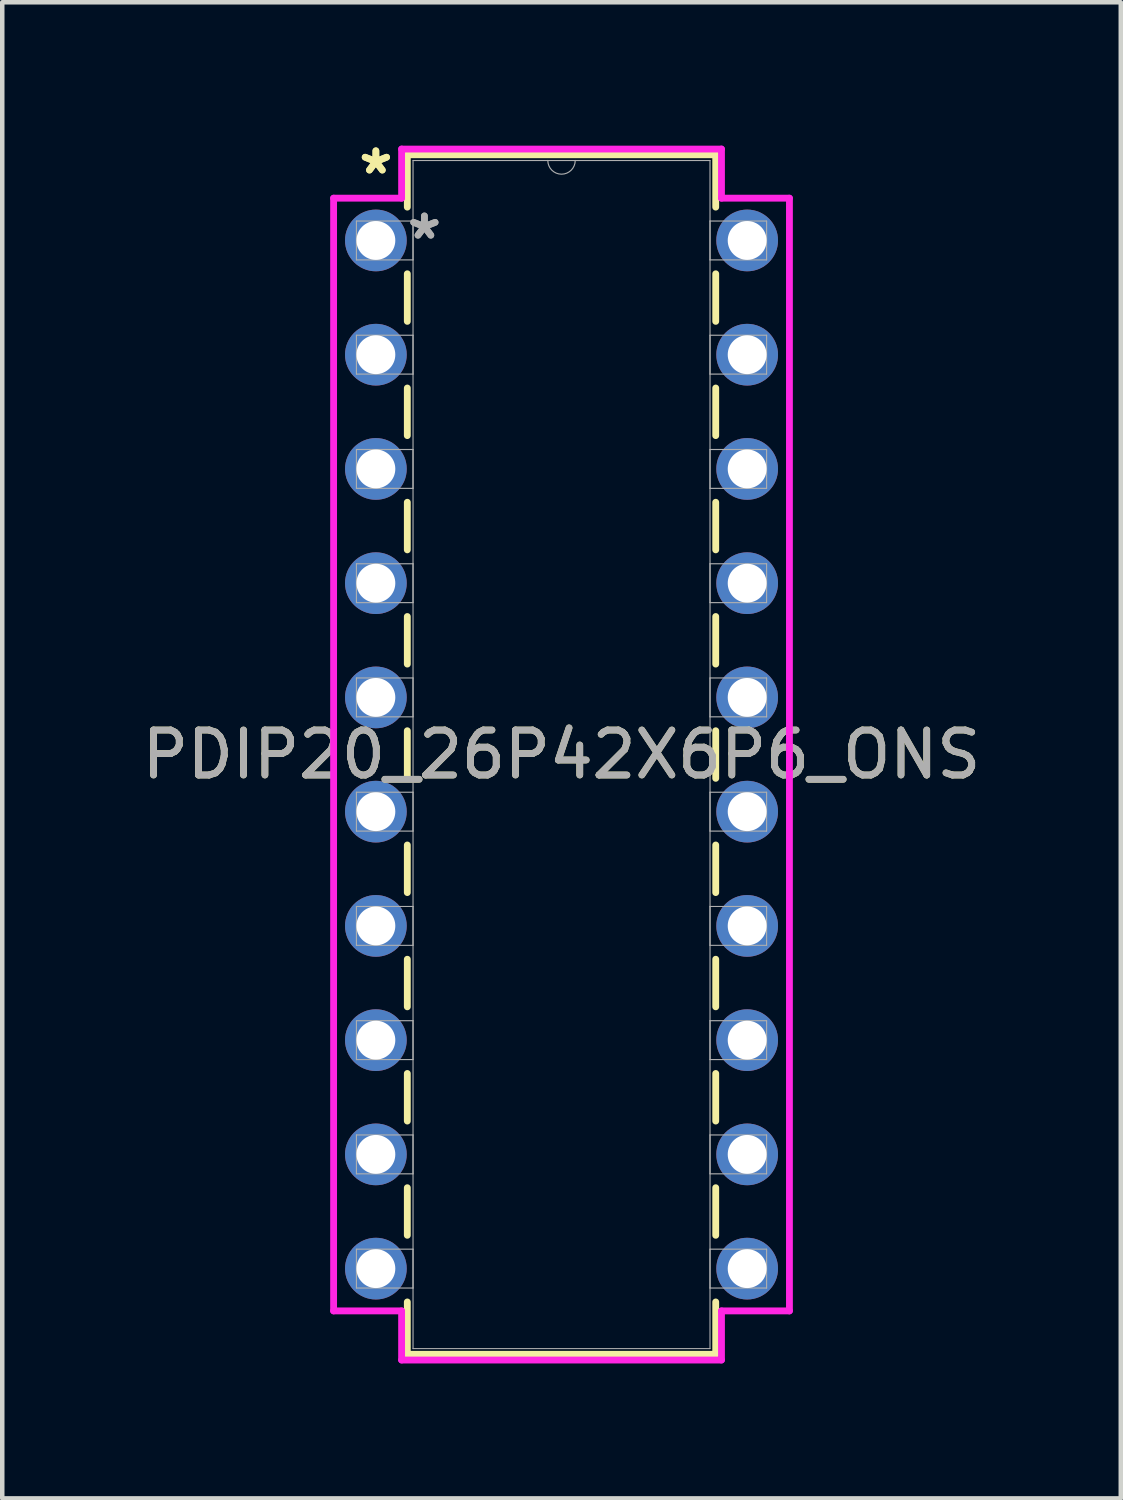
<source format=kicad_pcb>
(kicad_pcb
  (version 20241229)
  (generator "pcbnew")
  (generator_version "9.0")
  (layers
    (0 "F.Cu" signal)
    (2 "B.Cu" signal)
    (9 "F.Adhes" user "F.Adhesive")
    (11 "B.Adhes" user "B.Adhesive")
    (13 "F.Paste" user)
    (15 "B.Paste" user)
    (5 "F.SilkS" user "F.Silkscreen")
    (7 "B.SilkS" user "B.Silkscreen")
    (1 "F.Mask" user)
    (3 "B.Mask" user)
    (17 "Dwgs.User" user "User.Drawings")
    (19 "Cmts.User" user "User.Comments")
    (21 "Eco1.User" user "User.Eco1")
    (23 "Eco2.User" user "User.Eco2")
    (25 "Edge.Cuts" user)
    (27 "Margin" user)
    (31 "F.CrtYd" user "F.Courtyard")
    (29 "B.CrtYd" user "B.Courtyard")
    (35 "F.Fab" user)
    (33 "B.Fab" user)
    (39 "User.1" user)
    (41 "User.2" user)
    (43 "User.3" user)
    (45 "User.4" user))
  (footprint "PDIP20_26P42X6P6_ONS"
    (layer "F.Cu")
    (at 5.307 2.296)
    (property "Reference" "PDIP20_26P42X6P6_ONS" (at 4.128 11.43 0) (unlocked yes) (layer "F.SilkS") (effects (font (size 1 1) (thickness 0.15))))
    (attr through_hole)
    (fp_line (start 0.699 -1.905) (end 0.699 -0.741) (stroke (width 0.152) (type solid)) (layer "F.SilkS"))
    (fp_line (start 0.699 0.741) (end 0.699 1.799) (stroke (width 0.152) (type solid)) (layer "F.SilkS"))
    (fp_line (start 0.699 3.281) (end 0.699 4.339) (stroke (width 0.152) (type solid)) (layer "F.SilkS"))
    (fp_line (start 0.699 5.821) (end 0.699 6.879) (stroke (width 0.152) (type solid)) (layer "F.SilkS"))
    (fp_line (start 0.699 8.361) (end 0.699 9.419) (stroke (width 0.152) (type solid)) (layer "F.SilkS"))
    (fp_line (start 0.699 10.901) (end 0.699 11.959) (stroke (width 0.152) (type solid)) (layer "F.SilkS"))
    (fp_line (start 0.699 13.441) (end 0.699 14.499) (stroke (width 0.152) (type solid)) (layer "F.SilkS"))
    (fp_line (start 0.699 15.981) (end 0.699 17.039) (stroke (width 0.152) (type solid)) (layer "F.SilkS"))
    (fp_line (start 0.699 18.521) (end 0.699 19.579) (stroke (width 0.152) (type solid)) (layer "F.SilkS"))
    (fp_line (start 0.699 21.061) (end 0.699 22.119) (stroke (width 0.152) (type solid)) (layer "F.SilkS"))
    (fp_line (start 0.699 23.601) (end 0.699 24.765) (stroke (width 0.152) (type solid)) (layer "F.SilkS"))
    (fp_line (start 0.699 24.765) (end 7.556 24.765) (stroke (width 0.152) (type solid)) (layer "F.SilkS"))
    (fp_line (start 7.556 -1.905) (end 0.699 -1.905) (stroke (width 0.152) (type solid)) (layer "F.SilkS"))
    (fp_line (start 7.556 -0.741) (end 7.556 -1.905) (stroke (width 0.152) (type solid)) (layer "F.SilkS"))
    (fp_line (start 7.556 1.799) (end 7.556 0.741) (stroke (width 0.152) (type solid)) (layer "F.SilkS"))
    (fp_line (start 7.556 4.339) (end 7.556 3.281) (stroke (width 0.152) (type solid)) (layer "F.SilkS"))
    (fp_line (start 7.556 6.879) (end 7.556 5.821) (stroke (width 0.152) (type solid)) (layer "F.SilkS"))
    (fp_line (start 7.556 9.419) (end 7.556 8.361) (stroke (width 0.152) (type solid)) (layer "F.SilkS"))
    (fp_line (start 7.556 11.959) (end 7.556 10.901) (stroke (width 0.152) (type solid)) (layer "F.SilkS"))
    (fp_line (start 7.556 14.499) (end 7.556 13.441) (stroke (width 0.152) (type solid)) (layer "F.SilkS"))
    (fp_line (start 7.556 17.039) (end 7.556 15.981) (stroke (width 0.152) (type solid)) (layer "F.SilkS"))
    (fp_line (start 7.556 19.579) (end 7.556 18.521) (stroke (width 0.152) (type solid)) (layer "F.SilkS"))
    (fp_line (start 7.556 22.119) (end 7.556 21.061) (stroke (width 0.152) (type solid)) (layer "F.SilkS"))
    (fp_line (start 7.556 24.765) (end 7.556 23.601) (stroke (width 0.152) (type solid)) (layer "F.SilkS"))
    (fp_line (start -0.94 -0.94) (end 0.572 -0.94) (stroke (width 0.152) (type solid)) (layer "F.CrtYd"))
    (fp_line (start -0.94 23.8) (end -0.94 -0.94) (stroke (width 0.152) (type solid)) (layer "F.CrtYd"))
    (fp_line (start 0.572 -2.032) (end 7.684 -2.032) (stroke (width 0.152) (type solid)) (layer "F.CrtYd"))
    (fp_line (start 0.572 -0.94) (end 0.572 -2.032) (stroke (width 0.152) (type solid)) (layer "F.CrtYd"))
    (fp_line (start 0.572 23.8) (end -0.94 23.8) (stroke (width 0.152) (type solid)) (layer "F.CrtYd"))
    (fp_line (start 0.572 24.892) (end 0.572 23.8) (stroke (width 0.152) (type solid)) (layer "F.CrtYd"))
    (fp_line (start 7.684 -2.032) (end 7.684 -0.94) (stroke (width 0.152) (type solid)) (layer "F.CrtYd"))
    (fp_line (start 7.684 23.8) (end 7.684 24.892) (stroke (width 0.152) (type solid)) (layer "F.CrtYd"))
    (fp_line (start 7.684 24.892) (end 0.572 24.892) (stroke (width 0.152) (type solid)) (layer "F.CrtYd"))
    (fp_line (start 9.195 -0.94) (end 7.684 -0.94) (stroke (width 0.152) (type solid)) (layer "F.CrtYd"))
    (fp_line (start 9.195 -0.94) (end 9.195 23.8) (stroke (width 0.152) (type solid)) (layer "F.CrtYd"))
    (fp_line (start 9.195 23.8) (end 7.684 23.8) (stroke (width 0.152) (type solid)) (layer "F.CrtYd"))
    (fp_line (start -0.432 -0.432) (end -0.432 0.432) (stroke (width 0.025) (type solid)) (layer "F.Fab"))
    (fp_line (start -0.432 0.432) (end 0.826 0.432) (stroke (width 0.025) (type solid)) (layer "F.Fab"))
    (fp_line (start -0.432 2.108) (end -0.432 2.972) (stroke (width 0.025) (type solid)) (layer "F.Fab"))
    (fp_line (start -0.432 2.972) (end 0.826 2.972) (stroke (width 0.025) (type solid)) (layer "F.Fab"))
    (fp_line (start -0.432 4.648) (end -0.432 5.512) (stroke (width 0.025) (type solid)) (layer "F.Fab"))
    (fp_line (start -0.432 5.512) (end 0.826 5.512) (stroke (width 0.025) (type solid)) (layer "F.Fab"))
    (fp_line (start -0.432 7.188) (end -0.432 8.052) (stroke (width 0.025) (type solid)) (layer "F.Fab"))
    (fp_line (start -0.432 8.052) (end 0.826 8.052) (stroke (width 0.025) (type solid)) (layer "F.Fab"))
    (fp_line (start -0.432 9.728) (end -0.432 10.592) (stroke (width 0.025) (type solid)) (layer "F.Fab"))
    (fp_line (start -0.432 10.592) (end 0.826 10.592) (stroke (width 0.025) (type solid)) (layer "F.Fab"))
    (fp_line (start -0.432 12.268) (end -0.432 13.132) (stroke (width 0.025) (type solid)) (layer "F.Fab"))
    (fp_line (start -0.432 13.132) (end 0.826 13.132) (stroke (width 0.025) (type solid)) (layer "F.Fab"))
    (fp_line (start -0.432 14.808) (end -0.432 15.672) (stroke (width 0.025) (type solid)) (layer "F.Fab"))
    (fp_line (start -0.432 15.672) (end 0.826 15.672) (stroke (width 0.025) (type solid)) (layer "F.Fab"))
    (fp_line (start -0.432 17.348) (end -0.432 18.212) (stroke (width 0.025) (type solid)) (layer "F.Fab"))
    (fp_line (start -0.432 18.212) (end 0.826 18.212) (stroke (width 0.025) (type solid)) (layer "F.Fab"))
    (fp_line (start -0.432 19.888) (end -0.432 20.752) (stroke (width 0.025) (type solid)) (layer "F.Fab"))
    (fp_line (start -0.432 20.752) (end 0.826 20.752) (stroke (width 0.025) (type solid)) (layer "F.Fab"))
    (fp_line (start -0.432 22.428) (end -0.432 23.292) (stroke (width 0.025) (type solid)) (layer "F.Fab"))
    (fp_line (start -0.432 23.292) (end 0.826 23.292) (stroke (width 0.025) (type solid)) (layer "F.Fab"))
    (fp_line (start 0.826 -1.778) (end 0.826 24.638) (stroke (width 0.025) (type solid)) (layer "F.Fab"))
    (fp_line (start 0.826 -0.432) (end -0.432 -0.432) (stroke (width 0.025) (type solid)) (layer "F.Fab"))
    (fp_line (start 0.826 0.432) (end 0.826 -0.432) (stroke (width 0.025) (type solid)) (layer "F.Fab"))
    (fp_line (start 0.826 2.108) (end -0.432 2.108) (stroke (width 0.025) (type solid)) (layer "F.Fab"))
    (fp_line (start 0.826 2.972) (end 0.826 2.108) (stroke (width 0.025) (type solid)) (layer "F.Fab"))
    (fp_line (start 0.826 4.648) (end -0.432 4.648) (stroke (width 0.025) (type solid)) (layer "F.Fab"))
    (fp_line (start 0.826 5.512) (end 0.826 4.648) (stroke (width 0.025) (type solid)) (layer "F.Fab"))
    (fp_line (start 0.826 7.188) (end -0.432 7.188) (stroke (width 0.025) (type solid)) (layer "F.Fab"))
    (fp_line (start 0.826 8.052) (end 0.826 7.188) (stroke (width 0.025) (type solid)) (layer "F.Fab"))
    (fp_line (start 0.826 9.728) (end -0.432 9.728) (stroke (width 0.025) (type solid)) (layer "F.Fab"))
    (fp_line (start 0.826 10.592) (end 0.826 9.728) (stroke (width 0.025) (type solid)) (layer "F.Fab"))
    (fp_line (start 0.826 12.268) (end -0.432 12.268) (stroke (width 0.025) (type solid)) (layer "F.Fab"))
    (fp_line (start 0.826 13.132) (end 0.826 12.268) (stroke (width 0.025) (type solid)) (layer "F.Fab"))
    (fp_line (start 0.826 14.808) (end -0.432 14.808) (stroke (width 0.025) (type solid)) (layer "F.Fab"))
    (fp_line (start 0.826 15.672) (end 0.826 14.808) (stroke (width 0.025) (type solid)) (layer "F.Fab"))
    (fp_line (start 0.826 17.348) (end -0.432 17.348) (stroke (width 0.025) (type solid)) (layer "F.Fab"))
    (fp_line (start 0.826 18.212) (end 0.826 17.348) (stroke (width 0.025) (type solid)) (layer "F.Fab"))
    (fp_line (start 0.826 19.888) (end -0.432 19.888) (stroke (width 0.025) (type solid)) (layer "F.Fab"))
    (fp_line (start 0.826 20.752) (end 0.826 19.888) (stroke (width 0.025) (type solid)) (layer "F.Fab"))
    (fp_line (start 0.826 22.428) (end -0.432 22.428) (stroke (width 0.025) (type solid)) (layer "F.Fab"))
    (fp_line (start 0.826 23.292) (end 0.826 22.428) (stroke (width 0.025) (type solid)) (layer "F.Fab"))
    (fp_line (start 0.826 24.638) (end 7.429 24.638) (stroke (width 0.025) (type solid)) (layer "F.Fab"))
    (fp_line (start 7.429 -1.778) (end 0.826 -1.778) (stroke (width 0.025) (type solid)) (layer "F.Fab"))
    (fp_line (start 7.429 -0.432) (end 7.429 0.432) (stroke (width 0.025) (type solid)) (layer "F.Fab"))
    (fp_line (start 7.429 0.432) (end 8.687 0.432) (stroke (width 0.025) (type solid)) (layer "F.Fab"))
    (fp_line (start 7.429 2.108) (end 7.429 2.972) (stroke (width 0.025) (type solid)) (layer "F.Fab"))
    (fp_line (start 7.429 2.972) (end 8.687 2.972) (stroke (width 0.025) (type solid)) (layer "F.Fab"))
    (fp_line (start 7.429 4.648) (end 7.429 5.512) (stroke (width 0.025) (type solid)) (layer "F.Fab"))
    (fp_line (start 7.429 5.512) (end 8.687 5.512) (stroke (width 0.025) (type solid)) (layer "F.Fab"))
    (fp_line (start 7.429 7.188) (end 7.429 8.052) (stroke (width 0.025) (type solid)) (layer "F.Fab"))
    (fp_line (start 7.429 8.052) (end 8.687 8.052) (stroke (width 0.025) (type solid)) (layer "F.Fab"))
    (fp_line (start 7.429 9.728) (end 7.429 10.592) (stroke (width 0.025) (type solid)) (layer "F.Fab"))
    (fp_line (start 7.429 10.592) (end 8.687 10.592) (stroke (width 0.025) (type solid)) (layer "F.Fab"))
    (fp_line (start 7.429 12.268) (end 7.429 13.132) (stroke (width 0.025) (type solid)) (layer "F.Fab"))
    (fp_line (start 7.429 13.132) (end 8.687 13.132) (stroke (width 0.025) (type solid)) (layer "F.Fab"))
    (fp_line (start 7.429 14.808) (end 7.429 15.672) (stroke (width 0.025) (type solid)) (layer "F.Fab"))
    (fp_line (start 7.429 15.672) (end 8.687 15.672) (stroke (width 0.025) (type solid)) (layer "F.Fab"))
    (fp_line (start 7.429 17.348) (end 7.429 18.212) (stroke (width 0.025) (type solid)) (layer "F.Fab"))
    (fp_line (start 7.429 18.212) (end 8.687 18.212) (stroke (width 0.025) (type solid)) (layer "F.Fab"))
    (fp_line (start 7.429 19.888) (end 7.429 20.752) (stroke (width 0.025) (type solid)) (layer "F.Fab"))
    (fp_line (start 7.429 20.752) (end 8.687 20.752) (stroke (width 0.025) (type solid)) (layer "F.Fab"))
    (fp_line (start 7.429 22.428) (end 7.429 23.292) (stroke (width 0.025) (type solid)) (layer "F.Fab"))
    (fp_line (start 7.429 23.292) (end 8.687 23.292) (stroke (width 0.025) (type solid)) (layer "F.Fab"))
    (fp_line (start 7.429 24.638) (end 7.429 -1.778) (stroke (width 0.025) (type solid)) (layer "F.Fab"))
    (fp_line (start 8.687 -0.432) (end 7.429 -0.432) (stroke (width 0.025) (type solid)) (layer "F.Fab"))
    (fp_line (start 8.687 0.432) (end 8.687 -0.432) (stroke (width 0.025) (type solid)) (layer "F.Fab"))
    (fp_line (start 8.687 2.108) (end 7.429 2.108) (stroke (width 0.025) (type solid)) (layer "F.Fab"))
    (fp_line (start 8.687 2.972) (end 8.687 2.108) (stroke (width 0.025) (type solid)) (layer "F.Fab"))
    (fp_line (start 8.687 4.648) (end 7.429 4.648) (stroke (width 0.025) (type solid)) (layer "F.Fab"))
    (fp_line (start 8.687 5.512) (end 8.687 4.648) (stroke (width 0.025) (type solid)) (layer "F.Fab"))
    (fp_line (start 8.687 7.188) (end 7.429 7.188) (stroke (width 0.025) (type solid)) (layer "F.Fab"))
    (fp_line (start 8.687 8.052) (end 8.687 7.188) (stroke (width 0.025) (type solid)) (layer "F.Fab"))
    (fp_line (start 8.687 9.728) (end 7.429 9.728) (stroke (width 0.025) (type solid)) (layer "F.Fab"))
    (fp_line (start 8.687 10.592) (end 8.687 9.728) (stroke (width 0.025) (type solid)) (layer "F.Fab"))
    (fp_line (start 8.687 12.268) (end 7.429 12.268) (stroke (width 0.025) (type solid)) (layer "F.Fab"))
    (fp_line (start 8.687 13.132) (end 8.687 12.268) (stroke (width 0.025) (type solid)) (layer "F.Fab"))
    (fp_line (start 8.687 14.808) (end 7.429 14.808) (stroke (width 0.025) (type solid)) (layer "F.Fab"))
    (fp_line (start 8.687 15.672) (end 8.687 14.808) (stroke (width 0.025) (type solid)) (layer "F.Fab"))
    (fp_line (start 8.687 17.348) (end 7.429 17.348) (stroke (width 0.025) (type solid)) (layer "F.Fab"))
    (fp_line (start 8.687 18.212) (end 8.687 17.348) (stroke (width 0.025) (type solid)) (layer "F.Fab"))
    (fp_line (start 8.687 19.888) (end 7.429 19.888) (stroke (width 0.025) (type solid)) (layer "F.Fab"))
    (fp_line (start 8.687 20.752) (end 8.687 19.888) (stroke (width 0.025) (type solid)) (layer "F.Fab"))
    (fp_line (start 8.687 22.428) (end 7.429 22.428) (stroke (width 0.025) (type solid)) (layer "F.Fab"))
    (fp_line (start 8.687 23.292) (end 8.687 22.428) (stroke (width 0.025) (type solid)) (layer "F.Fab"))
    (fp_arc (start 4.4323 -1.778) (mid 4.1275 -1.4732) (end 3.8227 -1.778) (stroke (width 0.0254) (type solid)) (layer "F.Fab"))
    (fp_text user "*" (at 0 -1.448 0) (unlocked yes) (layer "F.SilkS") (effects (font (size 1 1) (thickness 0.15))))
    (fp_text user "*" (at 0 -1.448 0) (layer "F.SilkS") (effects (font (size 1 1) (thickness 0.15))))
    (fp_text user "*" (at 1.079 0 0) (unlocked yes) (layer "F.Fab") (effects (font (size 1 1) (thickness 0.15))))
    (fp_text user "*" (at 1.079 0 0) (layer "F.Fab") (effects (font (size 1 1) (thickness 0.15))))
    (fp_text user "${REFERENCE}" (at 4.128 11.43 0) (unlocked yes) (layer "F.Fab") (effects (font (size 1 1) (thickness 0.15))))
    (pad "1" thru_hole circle (at 0 0) (size 1.372 1.372) (drill 0.864) (layers "*.Cu" "*.Mask"))
    (pad "2" thru_hole circle (at 0 2.54) (size 1.372 1.372) (drill 0.864) (layers "*.Cu" "*.Mask"))
    (pad "3" thru_hole circle (at 0 5.08) (size 1.372 1.372) (drill 0.864) (layers "*.Cu" "*.Mask"))
    (pad "4" thru_hole circle (at 0 7.62) (size 1.372 1.372) (drill 0.864) (layers "*.Cu" "*.Mask"))
    (pad "5" thru_hole circle (at 0 10.16) (size 1.372 1.372) (drill 0.864) (layers "*.Cu" "*.Mask"))
    (pad "6" thru_hole circle (at 0 12.7) (size 1.372 1.372) (drill 0.864) (layers "*.Cu" "*.Mask"))
    (pad "7" thru_hole circle (at 0 15.24) (size 1.372 1.372) (drill 0.864) (layers "*.Cu" "*.Mask"))
    (pad "8" thru_hole circle (at 0 17.78) (size 1.372 1.372) (drill 0.864) (layers "*.Cu" "*.Mask"))
    (pad "9" thru_hole circle (at 0 20.32) (size 1.372 1.372) (drill 0.864) (layers "*.Cu" "*.Mask"))
    (pad "10" thru_hole circle (at 0 22.86) (size 1.372 1.372) (drill 0.864) (layers "*.Cu" "*.Mask"))
    (pad "11" thru_hole circle (at 8.255 22.86) (size 1.372 1.372) (drill 0.864) (layers "*.Cu" "*.Mask"))
    (pad "12" thru_hole circle (at 8.255 20.32) (size 1.372 1.372) (drill 0.864) (layers "*.Cu" "*.Mask"))
    (pad "13" thru_hole circle (at 8.255 17.78) (size 1.372 1.372) (drill 0.864) (layers "*.Cu" "*.Mask"))
    (pad "14" thru_hole circle (at 8.255 15.24) (size 1.372 1.372) (drill 0.864) (layers "*.Cu" "*.Mask"))
    (pad "15" thru_hole circle (at 8.255 12.7) (size 1.372 1.372) (drill 0.864) (layers "*.Cu" "*.Mask"))
    (pad "16" thru_hole circle (at 8.255 10.16) (size 1.372 1.372) (drill 0.864) (layers "*.Cu" "*.Mask"))
    (pad "17" thru_hole circle (at 8.255 7.62) (size 1.372 1.372) (drill 0.864) (layers "*.Cu" "*.Mask"))
    (pad "18" thru_hole circle (at 8.255 5.08) (size 1.372 1.372) (drill 0.864) (layers "*.Cu" "*.Mask"))
    (pad "19" thru_hole circle (at 8.255 2.54) (size 1.372 1.372) (drill 0.864) (layers "*.Cu" "*.Mask"))
    (pad "20" thru_hole circle (at 8.255 0) (size 1.372 1.372) (drill 0.864) (layers "*.Cu" "*.Mask")))
  (gr_rect
    (start -3 -3)
    (end 21.869 30.264)
    (stroke (width 0.1) (type default))
    (fill no)
    (layer "Edge.Cuts")))
</source>
